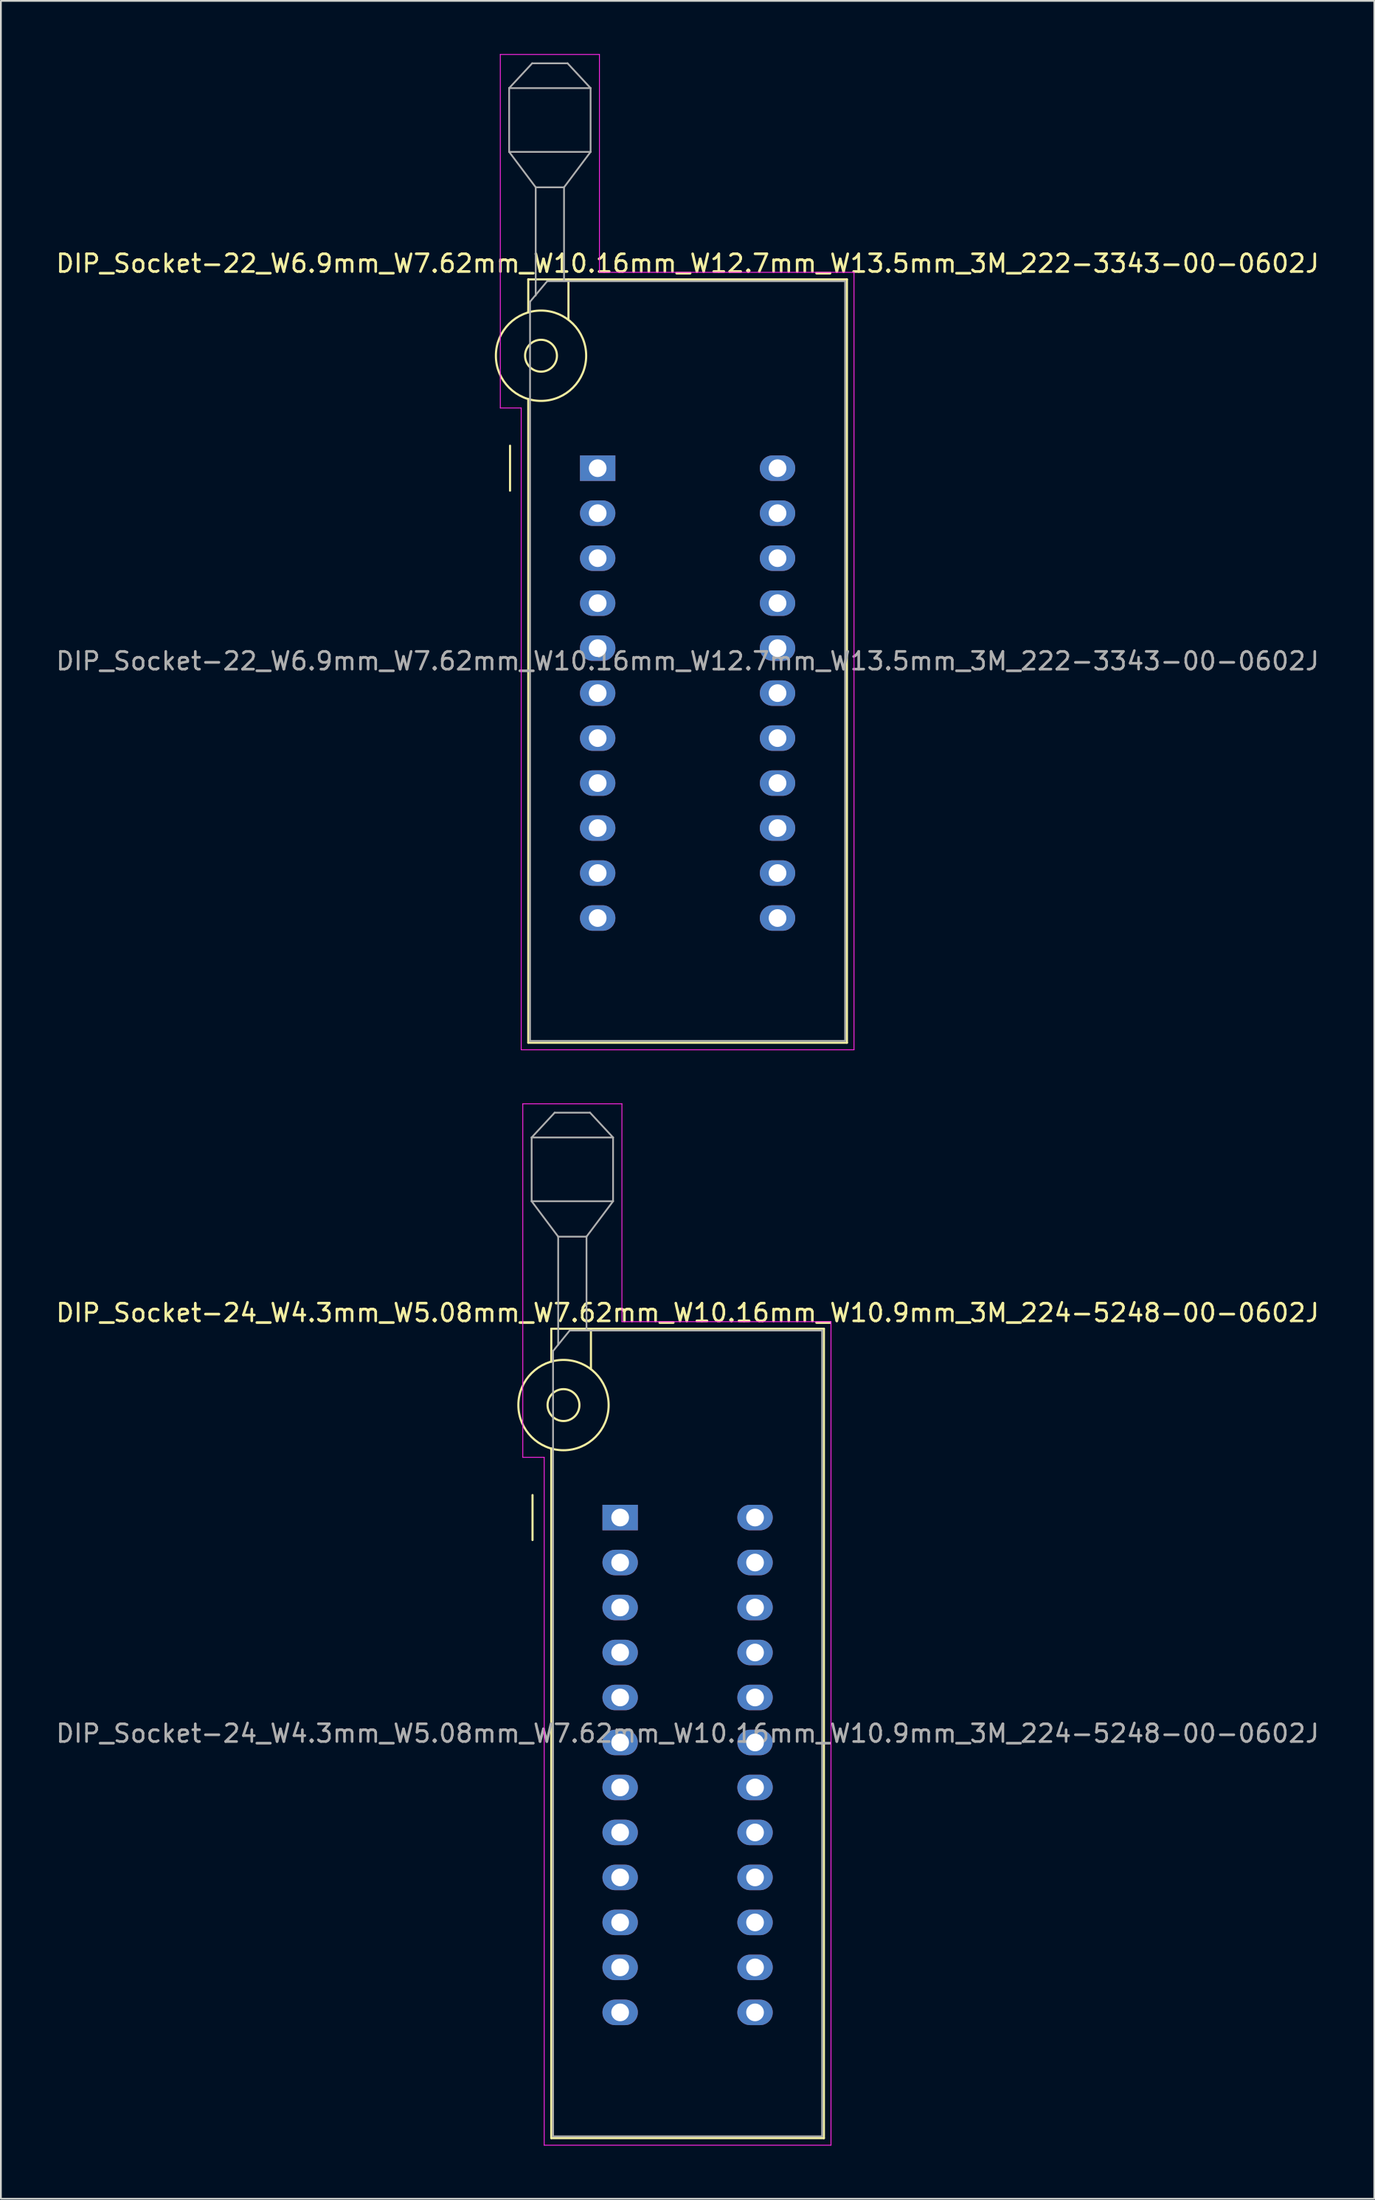
<source format=kicad_pcb>
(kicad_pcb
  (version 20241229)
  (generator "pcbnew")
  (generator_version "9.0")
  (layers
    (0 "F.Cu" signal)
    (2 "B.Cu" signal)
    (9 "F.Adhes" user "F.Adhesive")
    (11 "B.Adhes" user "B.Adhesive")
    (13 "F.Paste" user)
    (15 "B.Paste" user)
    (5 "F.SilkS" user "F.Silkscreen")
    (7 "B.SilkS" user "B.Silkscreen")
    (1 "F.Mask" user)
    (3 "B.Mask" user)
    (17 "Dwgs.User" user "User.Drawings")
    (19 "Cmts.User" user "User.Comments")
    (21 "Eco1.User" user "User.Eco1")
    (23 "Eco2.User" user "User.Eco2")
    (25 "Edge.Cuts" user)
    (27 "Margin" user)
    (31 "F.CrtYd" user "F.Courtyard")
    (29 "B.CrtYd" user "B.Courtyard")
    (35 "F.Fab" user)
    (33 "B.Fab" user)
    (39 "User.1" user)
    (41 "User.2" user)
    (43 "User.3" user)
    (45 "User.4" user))
  (footprint "DIP_Socket-22_W6.9mm_W7.62mm_W10.16mm_W12.7mm_W13.5mm_3M_222-3343-00-0602J"
    (layer "F.Cu")
    (at 30.712 23.385)
    (property "Reference" "DIP_Socket-22_W6.9mm_W7.62mm_W10.16mm_W12.7mm_W13.5mm_3M_222-3343-00-0602J" (at 5.08 -11.56 0) (layer "F.SilkS") (effects (font (size 1 1) (thickness 0.15))))
    (attr through_hole)
    (fp_line (start -4.95 1.27) (end -4.95 -1.27) (stroke (width 0.12) (type solid)) (layer "F.SilkS"))
    (fp_line (start -3.92 -10.66) (end -3.92 -8.8) (stroke (width 0.12) (type solid)) (layer "F.SilkS"))
    (fp_line (start -3.92 -3.9) (end -3.92 32.44) (stroke (width 0.12) (type solid)) (layer "F.SilkS"))
    (fp_line (start -3.92 32.44) (end 14.08 32.44) (stroke (width 0.12) (type solid)) (layer "F.SilkS"))
    (fp_line (start -1.65 -10.66) (end -1.65 -8.4) (stroke (width 0.12) (type solid)) (layer "F.SilkS"))
    (fp_line (start 14.08 -10.66) (end -3.92 -10.66) (stroke (width 0.12) (type solid)) (layer "F.SilkS"))
    (fp_line (start 14.08 32.44) (end 14.08 -10.66) (stroke (width 0.12) (type solid)) (layer "F.SilkS"))
    (fp_circle (center -3.2 -6.35) (end -2.3 -6.35) (stroke (width 0.12) (type solid)) (fill no) (layer "F.SilkS"))
    (fp_circle (center -3.2 -6.35) (end -0.65 -6.35) (stroke (width 0.12) (type solid)) (fill no) (layer "F.SilkS"))
    (fp_line (start -5.5 -23.36) (end 0.1 -23.36) (stroke (width 0.05) (type solid)) (layer "F.CrtYd"))
    (fp_line (start -5.5 -3.4) (end -5.5 -23.36) (stroke (width 0.05) (type solid)) (layer "F.CrtYd"))
    (fp_line (start -4.32 -3.4) (end -5.5 -3.4) (stroke (width 0.05) (type solid)) (layer "F.CrtYd"))
    (fp_line (start -4.32 32.84) (end -4.32 -3.4) (stroke (width 0.05) (type solid)) (layer "F.CrtYd"))
    (fp_line (start 0.1 -23.36) (end 0.1 -11.06) (stroke (width 0.05) (type solid)) (layer "F.CrtYd"))
    (fp_line (start 0.1 -11.06) (end 14.48 -11.06) (stroke (width 0.05) (type solid)) (layer "F.CrtYd"))
    (fp_line (start 14.48 -11.06) (end 14.48 32.84) (stroke (width 0.05) (type solid)) (layer "F.CrtYd"))
    (fp_line (start 14.48 32.84) (end -4.32 32.84) (stroke (width 0.05) (type solid)) (layer "F.CrtYd"))
    (fp_line (start -5 -21.46) (end -5 -17.86) (stroke (width 0.1) (type solid)) (layer "F.Fab"))
    (fp_line (start -5 -21.46) (end -3.7 -22.86) (stroke (width 0.1) (type solid)) (layer "F.Fab"))
    (fp_line (start -5 -17.86) (end -3.5 -15.86) (stroke (width 0.1) (type solid)) (layer "F.Fab"))
    (fp_line (start -5 -17.86) (end -0.4 -17.86) (stroke (width 0.1) (type solid)) (layer "F.Fab"))
    (fp_line (start -3.82 -9.4) (end -2.85 -10.56) (stroke (width 0.1) (type solid)) (layer "F.Fab"))
    (fp_line (start -3.82 32.34) (end -3.82 -9.4) (stroke (width 0.1) (type solid)) (layer "F.Fab"))
    (fp_line (start -3.7 -22.86) (end -1.7 -22.86) (stroke (width 0.1) (type solid)) (layer "F.Fab"))
    (fp_line (start -3.5 -15.86) (end -1.9 -15.86) (stroke (width 0.1) (type solid)) (layer "F.Fab"))
    (fp_line (start -3.5 -9.75) (end -3.5 -15.86) (stroke (width 0.1) (type solid)) (layer "F.Fab"))
    (fp_line (start -2.85 -10.56) (end 13.98 -10.56) (stroke (width 0.1) (type solid)) (layer "F.Fab"))
    (fp_line (start -1.9 -15.86) (end -1.9 -10.56) (stroke (width 0.1) (type solid)) (layer "F.Fab"))
    (fp_line (start -1.7 -22.86) (end -0.4 -21.46) (stroke (width 0.1) (type solid)) (layer "F.Fab"))
    (fp_line (start -0.4 -21.46) (end -5 -21.46) (stroke (width 0.1) (type solid)) (layer "F.Fab"))
    (fp_line (start -0.4 -17.86) (end -1.9 -15.86) (stroke (width 0.1) (type solid)) (layer "F.Fab"))
    (fp_line (start -0.4 -17.86) (end -0.4 -21.46) (stroke (width 0.1) (type solid)) (layer "F.Fab"))
    (fp_line (start 13.98 -10.56) (end 13.98 32.34) (stroke (width 0.1) (type solid)) (layer "F.Fab"))
    (fp_line (start 13.98 32.34) (end -3.82 32.34) (stroke (width 0.1) (type solid)) (layer "F.Fab"))
    (fp_text user "${REFERENCE}" (at 5.08 10.89 0) (layer "F.Fab") (effects (font (size 1 1) (thickness 0.15))))
    (pad "1" thru_hole rect (at 0 0) (size 2 1.44) (drill 1) (layers "*.Cu" "*.Mask"))
    (pad "2" thru_hole oval (at 0 2.54) (size 2 1.44) (drill 1) (layers "*.Cu" "*.Mask"))
    (pad "3" thru_hole oval (at 0 5.08) (size 2 1.44) (drill 1) (layers "*.Cu" "*.Mask"))
    (pad "4" thru_hole oval (at 0 7.62) (size 2 1.44) (drill 1) (layers "*.Cu" "*.Mask"))
    (pad "5" thru_hole oval (at 0 10.16) (size 2 1.44) (drill 1) (layers "*.Cu" "*.Mask"))
    (pad "6" thru_hole oval (at 0 12.7) (size 2 1.44) (drill 1) (layers "*.Cu" "*.Mask"))
    (pad "7" thru_hole oval (at 0 15.24) (size 2 1.44) (drill 1) (layers "*.Cu" "*.Mask"))
    (pad "8" thru_hole oval (at 0 17.78) (size 2 1.44) (drill 1) (layers "*.Cu" "*.Mask"))
    (pad "9" thru_hole oval (at 0 20.32) (size 2 1.44) (drill 1) (layers "*.Cu" "*.Mask"))
    (pad "10" thru_hole oval (at 0 22.86) (size 2 1.44) (drill 1) (layers "*.Cu" "*.Mask"))
    (pad "11" thru_hole oval (at 0 25.4) (size 2 1.44) (drill 1) (layers "*.Cu" "*.Mask"))
    (pad "12" thru_hole oval (at 10.16 25.4) (size 2 1.44) (drill 1) (layers "*.Cu" "*.Mask"))
    (pad "13" thru_hole oval (at 10.16 22.86) (size 2 1.44) (drill 1) (layers "*.Cu" "*.Mask"))
    (pad "14" thru_hole oval (at 10.16 20.32) (size 2 1.44) (drill 1) (layers "*.Cu" "*.Mask"))
    (pad "15" thru_hole oval (at 10.16 17.78) (size 2 1.44) (drill 1) (layers "*.Cu" "*.Mask"))
    (pad "16" thru_hole oval (at 10.16 15.24) (size 2 1.44) (drill 1) (layers "*.Cu" "*.Mask"))
    (pad "17" thru_hole oval (at 10.16 12.7) (size 2 1.44) (drill 1) (layers "*.Cu" "*.Mask"))
    (pad "18" thru_hole oval (at 10.16 10.16) (size 2 1.44) (drill 1) (layers "*.Cu" "*.Mask"))
    (pad "19" thru_hole oval (at 10.16 7.62) (size 2 1.44) (drill 1) (layers "*.Cu" "*.Mask"))
    (pad "20" thru_hole oval (at 10.16 5.08) (size 2 1.44) (drill 1) (layers "*.Cu" "*.Mask"))
    (pad "21" thru_hole oval (at 10.16 2.54) (size 2 1.44) (drill 1) (layers "*.Cu" "*.Mask"))
    (pad "22" thru_hole oval (at 10.16 0) (size 2 1.44) (drill 1) (layers "*.Cu" "*.Mask")))
  (footprint "DIP_Socket-24_W4.3mm_W5.08mm_W7.62mm_W10.16mm_W10.9mm_3M_224-5248-00-0602J"
    (layer "F.Cu")
    (at 31.982 82.635)
    (property "Reference" "DIP_Socket-24_W4.3mm_W5.08mm_W7.62mm_W10.16mm_W10.9mm_3M_224-5248-00-0602J" (at 3.81 -11.56 0) (layer "F.SilkS") (effects (font (size 1 1) (thickness 0.15))))
    (attr through_hole)
    (fp_line (start -4.95 1.27) (end -4.95 -1.27) (stroke (width 0.12) (type solid)) (layer "F.SilkS"))
    (fp_line (start -3.89 -10.66) (end -3.89 -8.8) (stroke (width 0.12) (type solid)) (layer "F.SilkS"))
    (fp_line (start -3.89 -3.9) (end -3.89 35.04) (stroke (width 0.12) (type solid)) (layer "F.SilkS"))
    (fp_line (start -3.89 35.04) (end 11.51 35.04) (stroke (width 0.12) (type solid)) (layer "F.SilkS"))
    (fp_line (start -1.65 -10.66) (end -1.65 -8.4) (stroke (width 0.12) (type solid)) (layer "F.SilkS"))
    (fp_line (start 11.51 -10.66) (end -3.89 -10.66) (stroke (width 0.12) (type solid)) (layer "F.SilkS"))
    (fp_line (start 11.51 35.04) (end 11.51 -10.66) (stroke (width 0.12) (type solid)) (layer "F.SilkS"))
    (fp_circle (center -3.2 -6.35) (end -2.3 -6.35) (stroke (width 0.12) (type solid)) (fill no) (layer "F.SilkS"))
    (fp_circle (center -3.2 -6.35) (end -0.65 -6.35) (stroke (width 0.12) (type solid)) (fill no) (layer "F.SilkS"))
    (fp_line (start -5.5 -23.36) (end 0.1 -23.36) (stroke (width 0.05) (type solid)) (layer "F.CrtYd"))
    (fp_line (start -5.5 -3.4) (end -5.5 -23.36) (stroke (width 0.05) (type solid)) (layer "F.CrtYd"))
    (fp_line (start -4.29 -3.4) (end -5.5 -3.4) (stroke (width 0.05) (type solid)) (layer "F.CrtYd"))
    (fp_line (start -4.29 35.44) (end -4.29 -3.4) (stroke (width 0.05) (type solid)) (layer "F.CrtYd"))
    (fp_line (start 0.1 -23.36) (end 0.1 -11.06) (stroke (width 0.05) (type solid)) (layer "F.CrtYd"))
    (fp_line (start 0.1 -11.06) (end 11.91 -11.06) (stroke (width 0.05) (type solid)) (layer "F.CrtYd"))
    (fp_line (start 11.91 -11.06) (end 11.91 35.44) (stroke (width 0.05) (type solid)) (layer "F.CrtYd"))
    (fp_line (start 11.91 35.44) (end -4.29 35.44) (stroke (width 0.05) (type solid)) (layer "F.CrtYd"))
    (fp_line (start -5 -21.46) (end -5 -17.86) (stroke (width 0.1) (type solid)) (layer "F.Fab"))
    (fp_line (start -5 -21.46) (end -3.7 -22.86) (stroke (width 0.1) (type solid)) (layer "F.Fab"))
    (fp_line (start -5 -17.86) (end -3.5 -15.86) (stroke (width 0.1) (type solid)) (layer "F.Fab"))
    (fp_line (start -5 -17.86) (end -0.4 -17.86) (stroke (width 0.1) (type solid)) (layer "F.Fab"))
    (fp_line (start -3.79 -9.4) (end -2.85 -10.56) (stroke (width 0.1) (type solid)) (layer "F.Fab"))
    (fp_line (start -3.79 34.94) (end -3.79 -9.4) (stroke (width 0.1) (type solid)) (layer "F.Fab"))
    (fp_line (start -3.7 -22.86) (end -1.7 -22.86) (stroke (width 0.1) (type solid)) (layer "F.Fab"))
    (fp_line (start -3.5 -15.86) (end -1.9 -15.86) (stroke (width 0.1) (type solid)) (layer "F.Fab"))
    (fp_line (start -3.5 -9.75) (end -3.5 -15.86) (stroke (width 0.1) (type solid)) (layer "F.Fab"))
    (fp_line (start -2.85 -10.56) (end 11.41 -10.56) (stroke (width 0.1) (type solid)) (layer "F.Fab"))
    (fp_line (start -1.9 -15.86) (end -1.9 -10.56) (stroke (width 0.1) (type solid)) (layer "F.Fab"))
    (fp_line (start -1.7 -22.86) (end -0.4 -21.46) (stroke (width 0.1) (type solid)) (layer "F.Fab"))
    (fp_line (start -0.4 -21.46) (end -5 -21.46) (stroke (width 0.1) (type solid)) (layer "F.Fab"))
    (fp_line (start -0.4 -17.86) (end -1.9 -15.86) (stroke (width 0.1) (type solid)) (layer "F.Fab"))
    (fp_line (start -0.4 -17.86) (end -0.4 -21.46) (stroke (width 0.1) (type solid)) (layer "F.Fab"))
    (fp_line (start 11.41 -10.56) (end 11.41 34.94) (stroke (width 0.1) (type solid)) (layer "F.Fab"))
    (fp_line (start 11.41 34.94) (end -3.79 34.94) (stroke (width 0.1) (type solid)) (layer "F.Fab"))
    (fp_text user "${REFERENCE}" (at 3.81 12.19 0) (layer "F.Fab") (effects (font (size 1 1) (thickness 0.15))))
    (pad "1" thru_hole rect (at 0 0) (size 2 1.44) (drill 1) (layers "*.Cu" "*.Mask"))
    (pad "2" thru_hole oval (at 0 2.54) (size 2 1.44) (drill 1) (layers "*.Cu" "*.Mask"))
    (pad "3" thru_hole oval (at 0 5.08) (size 2 1.44) (drill 1) (layers "*.Cu" "*.Mask"))
    (pad "4" thru_hole oval (at 0 7.62) (size 2 1.44) (drill 1) (layers "*.Cu" "*.Mask"))
    (pad "5" thru_hole oval (at 0 10.16) (size 2 1.44) (drill 1) (layers "*.Cu" "*.Mask"))
    (pad "6" thru_hole oval (at 0 12.7) (size 2 1.44) (drill 1) (layers "*.Cu" "*.Mask"))
    (pad "7" thru_hole oval (at 0 15.24) (size 2 1.44) (drill 1) (layers "*.Cu" "*.Mask"))
    (pad "8" thru_hole oval (at 0 17.78) (size 2 1.44) (drill 1) (layers "*.Cu" "*.Mask"))
    (pad "9" thru_hole oval (at 0 20.32) (size 2 1.44) (drill 1) (layers "*.Cu" "*.Mask"))
    (pad "10" thru_hole oval (at 0 22.86) (size 2 1.44) (drill 1) (layers "*.Cu" "*.Mask"))
    (pad "11" thru_hole oval (at 0 25.4) (size 2 1.44) (drill 1) (layers "*.Cu" "*.Mask"))
    (pad "12" thru_hole oval (at 0 27.94) (size 2 1.44) (drill 1) (layers "*.Cu" "*.Mask"))
    (pad "13" thru_hole oval (at 7.62 27.94) (size 2 1.44) (drill 1) (layers "*.Cu" "*.Mask"))
    (pad "14" thru_hole oval (at 7.62 25.4) (size 2 1.44) (drill 1) (layers "*.Cu" "*.Mask"))
    (pad "15" thru_hole oval (at 7.62 22.86) (size 2 1.44) (drill 1) (layers "*.Cu" "*.Mask"))
    (pad "16" thru_hole oval (at 7.62 20.32) (size 2 1.44) (drill 1) (layers "*.Cu" "*.Mask"))
    (pad "17" thru_hole oval (at 7.62 17.78) (size 2 1.44) (drill 1) (layers "*.Cu" "*.Mask"))
    (pad "18" thru_hole oval (at 7.62 15.24) (size 2 1.44) (drill 1) (layers "*.Cu" "*.Mask"))
    (pad "19" thru_hole oval (at 7.62 12.7) (size 2 1.44) (drill 1) (layers "*.Cu" "*.Mask"))
    (pad "20" thru_hole oval (at 7.62 10.16) (size 2 1.44) (drill 1) (layers "*.Cu" "*.Mask"))
    (pad "21" thru_hole oval (at 7.62 7.62) (size 2 1.44) (drill 1) (layers "*.Cu" "*.Mask"))
    (pad "22" thru_hole oval (at 7.62 5.08) (size 2 1.44) (drill 1) (layers "*.Cu" "*.Mask"))
    (pad "23" thru_hole oval (at 7.62 2.54) (size 2 1.44) (drill 1) (layers "*.Cu" "*.Mask"))
    (pad "24" thru_hole oval (at 7.62 0) (size 2 1.44) (drill 1) (layers "*.Cu" "*.Mask")))
  (gr_rect
    (start -3 -3)
    (end 74.583 121.1)
    (stroke (width 0.1) (type default))
    (fill no)
    (layer "Edge.Cuts")))
</source>
